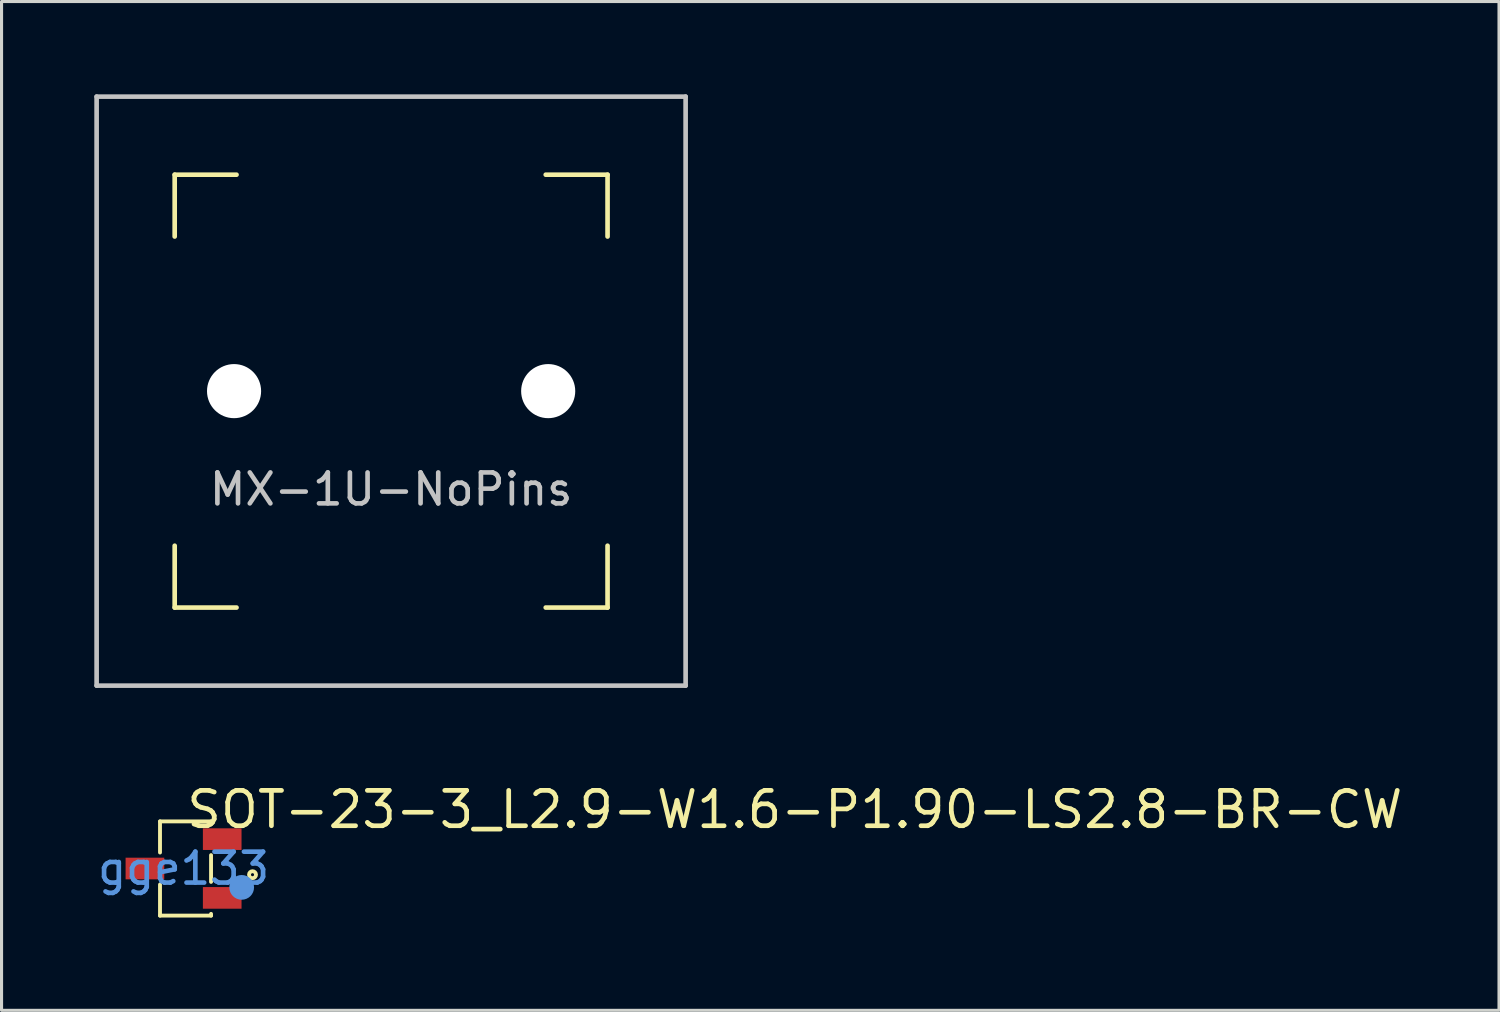
<source format=kicad_pcb>
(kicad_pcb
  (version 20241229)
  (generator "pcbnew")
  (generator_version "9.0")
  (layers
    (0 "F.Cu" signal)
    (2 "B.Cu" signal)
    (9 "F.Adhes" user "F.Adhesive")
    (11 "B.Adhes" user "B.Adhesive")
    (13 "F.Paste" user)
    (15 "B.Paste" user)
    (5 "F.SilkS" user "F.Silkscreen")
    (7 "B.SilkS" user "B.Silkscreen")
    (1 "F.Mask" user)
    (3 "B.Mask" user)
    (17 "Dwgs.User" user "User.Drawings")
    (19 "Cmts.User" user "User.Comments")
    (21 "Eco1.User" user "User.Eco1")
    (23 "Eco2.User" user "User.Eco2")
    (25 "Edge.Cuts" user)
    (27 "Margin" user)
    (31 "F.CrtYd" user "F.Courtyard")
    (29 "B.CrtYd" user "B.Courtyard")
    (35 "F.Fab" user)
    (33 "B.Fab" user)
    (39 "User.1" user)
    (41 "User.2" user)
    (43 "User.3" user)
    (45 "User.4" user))
  (footprint "SOT-23-3_L2.9-W1.6-P1.90-LS2.8-BR-CW"
    (layer "F.Cu")
    (at 2.887 25.04)
    (property "Reference" "SOT-23-3_L2.9-W1.6-P1.90-LS2.8-BR-CW" (at 0.02 -1.905 0) (layer "F.SilkS") (effects (font (size 1.143 1.143) (thickness 0.152)) (justify left)))
    (attr smd)
    (fp_line (start -0.762 -1.524) (end 0.889 -1.524) (stroke (width 0.125) (type solid)) (layer "F.SilkS"))
    (fp_line (start -0.762 -0.517) (end -0.762 -1.524) (stroke (width 0.125) (type solid)) (layer "F.SilkS"))
    (fp_line (start -0.762 1.524) (end -0.762 0.517) (stroke (width 0.125) (type solid)) (layer "F.SilkS"))
    (fp_line (start 0.889 -1.524) (end 0.889 -1.467) (stroke (width 0.125) (type solid)) (layer "F.SilkS"))
    (fp_line (start 0.889 -0.433) (end 0.889 0.433) (stroke (width 0.125) (type solid)) (layer "F.SilkS"))
    (fp_line (start 0.889 1.467) (end 0.889 1.524) (stroke (width 0.125) (type solid)) (layer "F.SilkS"))
    (fp_line (start 0.889 1.524) (end -0.762 1.524) (stroke (width 0.125) (type solid)) (layer "F.SilkS"))
    (fp_circle (center 2.23 0.2) (end 2.28 0.2) (stroke (width 0.125) (type solid)) (fill no) (layer "F.SilkS"))
    (fp_circle (center 1.88 0.61) (end 2.08 0.61) (stroke (width 0.4) (type solid)) (fill no) (layer "Cmts.User"))
    (fp_text user "gge133" (at 0 0 0) (layer "Cmts.User") (effects (font (size 1 1) (thickness 0.15))))
    (pad "1" smd rect (at 1.25 0.95 270) (size 0.7 1.25) (layers "F.Cu" "F.Mask" "F.Paste"))
    (pad "2" smd rect (at -1.25 0 270) (size 0.7 1.25) (layers "F.Cu" "F.Mask" "F.Paste"))
    (pad "3" smd rect (at 1.25 -0.95 270) (size 0.7 1.25) (layers "F.Cu" "F.Mask" "F.Paste")))
  (footprint "MX-1U-NoPins"
    (layer "F.Cu")
    (at 9.6 9.6)
    (property "Reference" "MX-1U-NoPins" (at 0 3.175 0) (layer "Dwgs.User") (effects (font (size 1 1) (thickness 0.15))))
    (attr through_hole)
    (fp_line (start -7 -7) (end -7 -5) (stroke (width 0.15) (type solid)) (layer "F.SilkS"))
    (fp_line (start -7 5) (end -7 7) (stroke (width 0.15) (type solid)) (layer "F.SilkS"))
    (fp_line (start -7 7) (end -5 7) (stroke (width 0.15) (type solid)) (layer "F.SilkS"))
    (fp_line (start -5 -7) (end -7 -7) (stroke (width 0.15) (type solid)) (layer "F.SilkS"))
    (fp_line (start 5 -7) (end 7 -7) (stroke (width 0.15) (type solid)) (layer "F.SilkS"))
    (fp_line (start 5 7) (end 7 7) (stroke (width 0.15) (type solid)) (layer "F.SilkS"))
    (fp_line (start 7 -7) (end 7 -5) (stroke (width 0.15) (type solid)) (layer "F.SilkS"))
    (fp_line (start 7 7) (end 7 5) (stroke (width 0.15) (type solid)) (layer "F.SilkS"))
    (fp_line (start -9.525 -9.525) (end 9.525 -9.525) (stroke (width 0.15) (type solid)) (layer "Dwgs.User"))
    (fp_line (start -9.525 9.525) (end -9.525 -9.525) (stroke (width 0.15) (type solid)) (layer "Dwgs.User"))
    (fp_line (start 9.525 -9.525) (end 9.525 9.525) (stroke (width 0.15) (type solid)) (layer "Dwgs.User"))
    (fp_line (start 9.525 9.525) (end -9.525 9.525) (stroke (width 0.15) (type solid)) (layer "Dwgs.User"))
    (pad "" np_thru_hole circle (at -5.08 0 48.1) (size 1.75 1.75) (drill 1.75) (layers "*.Cu" "*.Mask"))
    (pad "" np_thru_hole circle (at 5.08 0 48.1) (size 1.75 1.75) (drill 1.75) (layers "*.Cu" "*.Mask")))
  (gr_rect
    (start -3 -3)
    (end 45.432 29.627)
    (stroke (width 0.1) (type default))
    (fill no)
    (layer "Edge.Cuts")))
</source>
